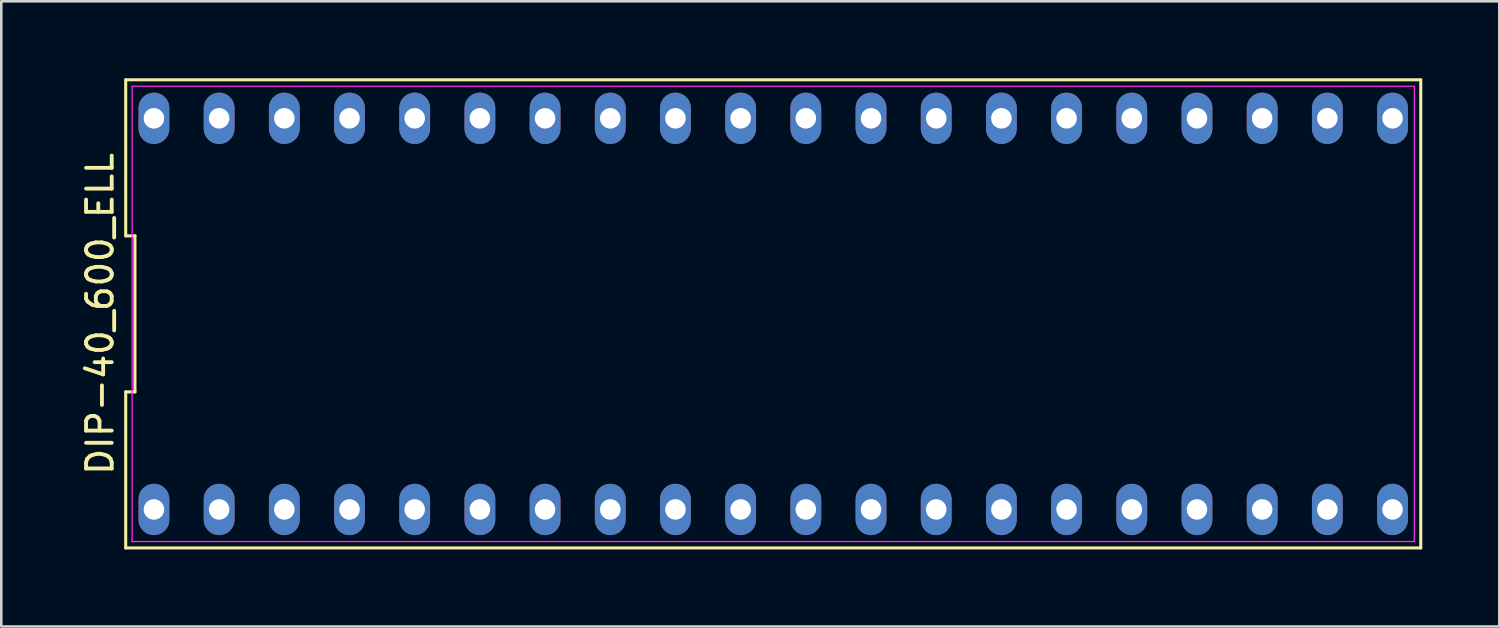
<source format=kicad_pcb>
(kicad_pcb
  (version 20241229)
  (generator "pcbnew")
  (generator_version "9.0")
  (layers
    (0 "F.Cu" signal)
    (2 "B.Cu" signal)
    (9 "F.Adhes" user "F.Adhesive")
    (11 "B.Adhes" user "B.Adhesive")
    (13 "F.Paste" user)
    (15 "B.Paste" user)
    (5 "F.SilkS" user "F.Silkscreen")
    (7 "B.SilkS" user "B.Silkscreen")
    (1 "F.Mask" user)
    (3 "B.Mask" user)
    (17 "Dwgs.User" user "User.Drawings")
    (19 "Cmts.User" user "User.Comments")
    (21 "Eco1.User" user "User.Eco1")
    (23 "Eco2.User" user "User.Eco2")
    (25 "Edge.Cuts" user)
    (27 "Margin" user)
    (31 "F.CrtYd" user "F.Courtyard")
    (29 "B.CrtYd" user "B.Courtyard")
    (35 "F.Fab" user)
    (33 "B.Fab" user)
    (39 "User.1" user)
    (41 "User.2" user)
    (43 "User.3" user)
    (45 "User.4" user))
  (footprint "DIP-40_600_ELL"
    (layer "F.Cu")
    (at 27.078 9.18)
    (property "Reference" "DIP-40_600_ELL" (at -26.23 0 90) (unlocked yes) (layer "F.SilkS") (effects (font (size 1 1) (thickness 0.15))))
    (attr through_hole)
    (fp_line (start -25.23 -9.12) (end -25.23 -3.04) (stroke (width 0.12) (type default)) (layer "F.SilkS"))
    (fp_line (start -25.23 -3.04) (end -24.87 -3.04) (stroke (width 0.12) (type default)) (layer "F.SilkS"))
    (fp_line (start -25.23 3.04) (end -25.23 9.12) (stroke (width 0.12) (type default)) (layer "F.SilkS"))
    (fp_line (start -25.23 9.12) (end 25.23 9.12) (stroke (width 0.12) (type default)) (layer "F.SilkS"))
    (fp_line (start -24.87 -3.04) (end -24.87 3.04) (stroke (width 0.12) (type default)) (layer "F.SilkS"))
    (fp_line (start -24.87 3.04) (end -25.23 3.04) (stroke (width 0.12) (type default)) (layer "F.SilkS"))
    (fp_line (start 25.23 -9.12) (end -25.23 -9.12) (stroke (width 0.12) (type default)) (layer "F.SilkS"))
    (fp_line (start 25.23 9.12) (end 25.23 -9.12) (stroke (width 0.12) (type default)) (layer "F.SilkS"))
    (fp_line (start -24.98 -8.87) (end 24.98 -8.87) (stroke (width 0.05) (type default)) (layer "F.CrtYd"))
    (fp_line (start -24.98 8.87) (end -24.98 -8.87) (stroke (width 0.05) (type default)) (layer "F.CrtYd"))
    (fp_line (start 24.98 -8.87) (end 24.98 8.87) (stroke (width 0.05) (type default)) (layer "F.CrtYd"))
    (fp_line (start 24.98 8.87) (end -24.98 8.87) (stroke (width 0.05) (type default)) (layer "F.CrtYd"))
    (pad "1" thru_hole oval (at -24.13 7.62) (size 1.2 2) (drill 0.8) (layers "*.Cu" "*.Mask"))
    (pad "2" thru_hole oval (at -21.59 7.62) (size 1.2 2) (drill 0.8) (layers "*.Cu" "*.Mask"))
    (pad "3" thru_hole oval (at -19.05 7.62) (size 1.2 2) (drill 0.8) (layers "*.Cu" "*.Mask"))
    (pad "4" thru_hole oval (at -16.51 7.62) (size 1.2 2) (drill 0.8) (layers "*.Cu" "*.Mask"))
    (pad "5" thru_hole oval (at -13.97 7.62) (size 1.2 2) (drill 0.8) (layers "*.Cu" "*.Mask"))
    (pad "6" thru_hole oval (at -11.43 7.62) (size 1.2 2) (drill 0.8) (layers "*.Cu" "*.Mask"))
    (pad "7" thru_hole oval (at -8.89 7.62) (size 1.2 2) (drill 0.8) (layers "*.Cu" "*.Mask"))
    (pad "8" thru_hole oval (at -6.35 7.62) (size 1.2 2) (drill 0.8) (layers "*.Cu" "*.Mask"))
    (pad "9" thru_hole oval (at -3.81 7.62) (size 1.2 2) (drill 0.8) (layers "*.Cu" "*.Mask"))
    (pad "10" thru_hole oval (at -1.27 7.62) (size 1.2 2) (drill 0.8) (layers "*.Cu" "*.Mask"))
    (pad "11" thru_hole oval (at 1.27 7.62) (size 1.2 2) (drill 0.8) (layers "*.Cu" "*.Mask"))
    (pad "12" thru_hole oval (at 3.81 7.62) (size 1.2 2) (drill 0.8) (layers "*.Cu" "*.Mask"))
    (pad "13" thru_hole oval (at 6.35 7.62) (size 1.2 2) (drill 0.8) (layers "*.Cu" "*.Mask"))
    (pad "14" thru_hole oval (at 8.89 7.62) (size 1.2 2) (drill 0.8) (layers "*.Cu" "*.Mask"))
    (pad "15" thru_hole oval (at 11.43 7.62) (size 1.2 2) (drill 0.8) (layers "*.Cu" "*.Mask"))
    (pad "16" thru_hole oval (at 13.97 7.62) (size 1.2 2) (drill 0.8) (layers "*.Cu" "*.Mask"))
    (pad "17" thru_hole oval (at 16.51 7.62) (size 1.2 2) (drill 0.8) (layers "*.Cu" "*.Mask"))
    (pad "18" thru_hole oval (at 19.05 7.62) (size 1.2 2) (drill 0.8) (layers "*.Cu" "*.Mask"))
    (pad "19" thru_hole oval (at 21.59 7.62) (size 1.2 2) (drill 0.8) (layers "*.Cu" "*.Mask"))
    (pad "20" thru_hole oval (at 24.13 7.62) (size 1.2 2) (drill 0.8) (layers "*.Cu" "*.Mask"))
    (pad "21" thru_hole oval (at 24.13 -7.62) (size 1.2 2) (drill 0.8) (layers "*.Cu" "*.Mask"))
    (pad "22" thru_hole oval (at 21.59 -7.62) (size 1.2 2) (drill 0.8) (layers "*.Cu" "*.Mask"))
    (pad "23" thru_hole oval (at 19.05 -7.62) (size 1.2 2) (drill 0.8) (layers "*.Cu" "*.Mask"))
    (pad "24" thru_hole oval (at 16.51 -7.62) (size 1.2 2) (drill 0.8) (layers "*.Cu" "*.Mask"))
    (pad "25" thru_hole oval (at 13.97 -7.62) (size 1.2 2) (drill 0.8) (layers "*.Cu" "*.Mask"))
    (pad "26" thru_hole oval (at 11.43 -7.62) (size 1.2 2) (drill 0.8) (layers "*.Cu" "*.Mask"))
    (pad "27" thru_hole oval (at 8.89 -7.62) (size 1.2 2) (drill 0.8) (layers "*.Cu" "*.Mask"))
    (pad "28" thru_hole oval (at 6.35 -7.62) (size 1.2 2) (drill 0.8) (layers "*.Cu" "*.Mask"))
    (pad "29" thru_hole oval (at 3.81 -7.62) (size 1.2 2) (drill 0.8) (layers "*.Cu" "*.Mask"))
    (pad "30" thru_hole oval (at 1.27 -7.62) (size 1.2 2) (drill 0.8) (layers "*.Cu" "*.Mask"))
    (pad "31" thru_hole oval (at -1.27 -7.62) (size 1.2 2) (drill 0.8) (layers "*.Cu" "*.Mask"))
    (pad "32" thru_hole oval (at -3.81 -7.62) (size 1.2 2) (drill 0.8) (layers "*.Cu" "*.Mask"))
    (pad "33" thru_hole oval (at -6.35 -7.62) (size 1.2 2) (drill 0.8) (layers "*.Cu" "*.Mask"))
    (pad "34" thru_hole oval (at -8.89 -7.62) (size 1.2 2) (drill 0.8) (layers "*.Cu" "*.Mask"))
    (pad "35" thru_hole oval (at -11.43 -7.62) (size 1.2 2) (drill 0.8) (layers "*.Cu" "*.Mask"))
    (pad "36" thru_hole oval (at -13.97 -7.62) (size 1.2 2) (drill 0.8) (layers "*.Cu" "*.Mask"))
    (pad "37" thru_hole oval (at -16.51 -7.62) (size 1.2 2) (drill 0.8) (layers "*.Cu" "*.Mask"))
    (pad "38" thru_hole oval (at -19.05 -7.62) (size 1.2 2) (drill 0.8) (layers "*.Cu" "*.Mask"))
    (pad "39" thru_hole oval (at -21.59 -7.62) (size 1.2 2) (drill 0.8) (layers "*.Cu" "*.Mask"))
    (pad "40" thru_hole oval (at -24.13 -7.62) (size 1.2 2) (drill 0.8) (layers "*.Cu" "*.Mask")))
  (gr_rect
    (start -3 -3)
    (end 55.368 21.36)
    (stroke (width 0.1) (type default))
    (fill no)
    (layer "Edge.Cuts")))
</source>
